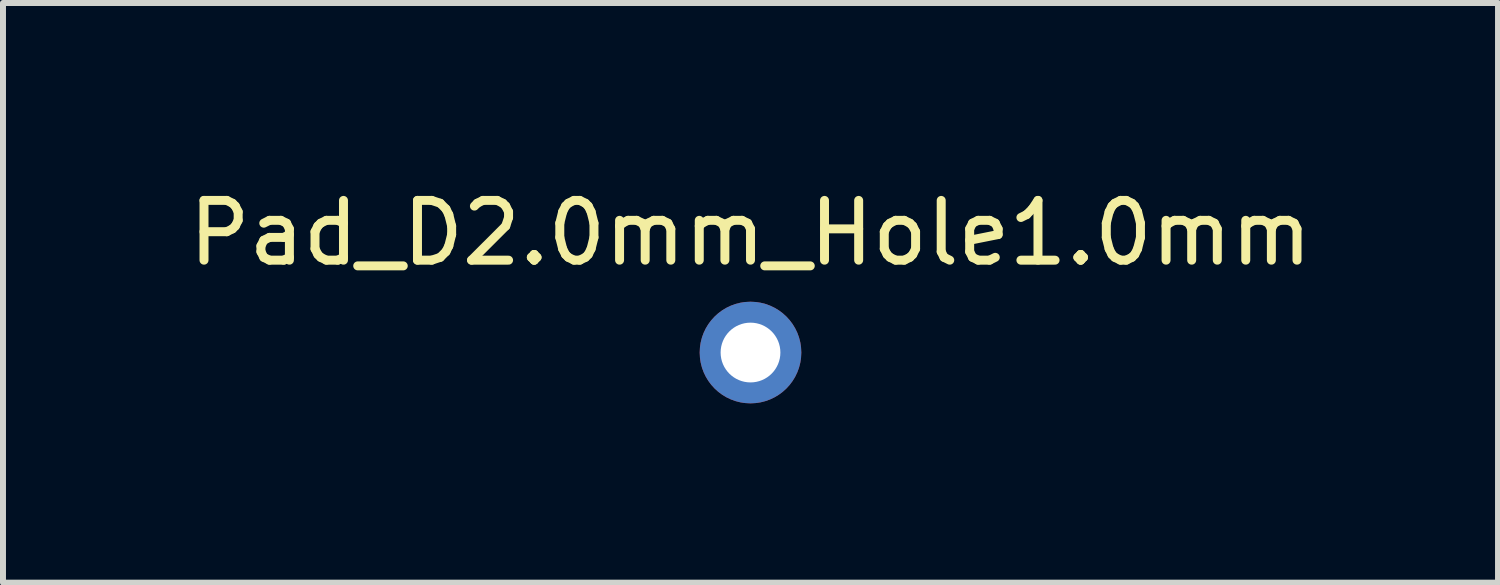
<source format=kicad_pcb>
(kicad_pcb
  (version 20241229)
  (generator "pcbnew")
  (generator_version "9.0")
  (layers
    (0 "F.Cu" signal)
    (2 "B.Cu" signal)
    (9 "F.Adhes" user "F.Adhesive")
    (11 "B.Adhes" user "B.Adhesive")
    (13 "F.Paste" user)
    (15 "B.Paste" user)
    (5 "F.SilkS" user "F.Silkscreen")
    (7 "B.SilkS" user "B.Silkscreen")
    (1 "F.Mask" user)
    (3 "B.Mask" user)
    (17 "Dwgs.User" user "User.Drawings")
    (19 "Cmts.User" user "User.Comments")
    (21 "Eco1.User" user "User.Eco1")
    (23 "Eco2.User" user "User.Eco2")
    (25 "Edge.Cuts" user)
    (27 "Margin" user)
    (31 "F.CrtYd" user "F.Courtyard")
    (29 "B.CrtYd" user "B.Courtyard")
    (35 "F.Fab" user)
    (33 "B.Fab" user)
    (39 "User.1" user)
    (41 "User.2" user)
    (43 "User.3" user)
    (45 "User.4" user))
  (footprint "Pad_D2.0mm_Hole1.0mm"
    (layer "F.Cu")
    (at 9.506 2.848)
    (property "Reference" "Pad_D2.0mm_Hole1.0mm" (at 0 -2 0) (unlocked yes) (layer "F.SilkS") (effects (font (size 1 1) (thickness 0.15))))
    (attr through_hole)
    (pad "1" thru_hole circle (at 0 0) (size 1.7 1.7) (drill 1) (layers "*.Cu" "*.Mask")))
  (gr_rect
    (start -3 -3)
    (end 22.012 6.698)
    (stroke (width 0.1) (type default))
    (fill no)
    (layer "Edge.Cuts")))
</source>
